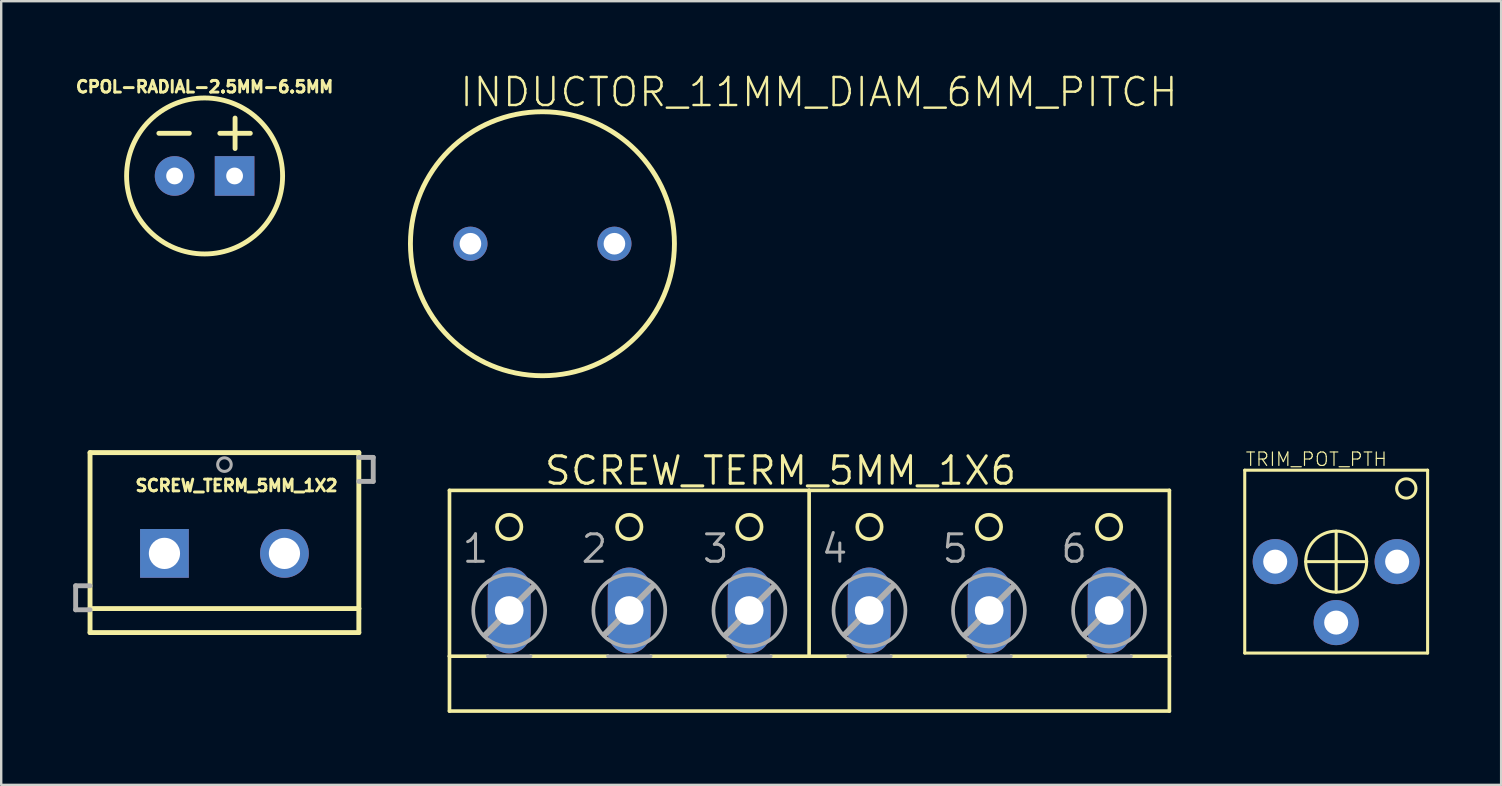
<source format=kicad_pcb>
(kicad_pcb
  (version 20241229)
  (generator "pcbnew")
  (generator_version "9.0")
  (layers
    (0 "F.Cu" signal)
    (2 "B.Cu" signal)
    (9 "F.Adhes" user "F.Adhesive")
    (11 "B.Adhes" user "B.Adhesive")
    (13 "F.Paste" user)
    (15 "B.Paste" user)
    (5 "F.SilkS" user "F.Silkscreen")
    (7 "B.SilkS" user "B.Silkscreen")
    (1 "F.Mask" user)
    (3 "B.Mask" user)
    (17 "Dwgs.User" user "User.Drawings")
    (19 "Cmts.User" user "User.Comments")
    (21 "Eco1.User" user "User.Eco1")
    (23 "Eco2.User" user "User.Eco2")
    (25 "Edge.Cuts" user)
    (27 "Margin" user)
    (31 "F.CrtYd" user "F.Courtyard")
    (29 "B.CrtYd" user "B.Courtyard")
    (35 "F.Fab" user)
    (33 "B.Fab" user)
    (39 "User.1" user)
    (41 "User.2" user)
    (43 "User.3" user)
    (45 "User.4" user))
  (footprint "SCREW_TERM_5MM_1X2"
    (layer "F.Cu")
    (at 3.802 20.009)
    (property "Reference" "SCREW_TERM_5MM_1X2" (at -1.27 -2.54 0) (layer "F.SilkS") (effects (font (size 0.488 0.488) (thickness 0.122)) (justify left bottom)))
    (fp_line (start -3.1 -4.2) (end 8.1 -4.2) (stroke (width 0.203) (type solid)) (layer "F.SilkS"))
    (fp_line (start -3.1 2.3) (end -3.1 -4.2) (stroke (width 0.203) (type solid)) (layer "F.SilkS"))
    (fp_line (start -3.1 3.3) (end -3.1 2.3) (stroke (width 0.203) (type solid)) (layer "F.SilkS"))
    (fp_line (start 8.1 -4.2) (end 8.1 2.3) (stroke (width 0.203) (type solid)) (layer "F.SilkS"))
    (fp_line (start 8.1 2.3) (end -3.1 2.3) (stroke (width 0.203) (type solid)) (layer "F.SilkS"))
    (fp_line (start 8.1 2.3) (end 8.1 3.3) (stroke (width 0.203) (type solid)) (layer "F.SilkS"))
    (fp_line (start 8.1 3.3) (end -3.1 3.3) (stroke (width 0.203) (type solid)) (layer "F.SilkS"))
    (fp_line (start -3.7 1.35) (end -3.7 2.35) (stroke (width 0.203) (type solid)) (layer "F.Fab"))
    (fp_line (start -3.7 2.35) (end -3.1 2.35) (stroke (width 0.203) (type solid)) (layer "F.Fab"))
    (fp_line (start -3.1 1.35) (end -3.7 1.35) (stroke (width 0.203) (type solid)) (layer "F.Fab"))
    (fp_line (start 8.1 -4) (end 8.7 -4) (stroke (width 0.203) (type solid)) (layer "F.Fab"))
    (fp_line (start 8.7 -4) (end 8.7 -3) (stroke (width 0.203) (type solid)) (layer "F.Fab"))
    (fp_line (start 8.7 -3) (end 8.1 -3) (stroke (width 0.203) (type solid)) (layer "F.Fab"))
    (fp_circle (center 2.5 -3.7) (end 2.783 -3.7) (stroke (width 0.127) (type solid)) (fill no) (layer "F.Fab"))
    (pad "1" thru_hole rect (at 0 0) (size 2.032 2.032) (drill 1.3) (layers "*.Cu" "*.Mask"))
    (pad "2" thru_hole circle (at 5 0) (size 2.032 2.032) (drill 1.3) (layers "*.Cu" "*.Mask")))
  (footprint "CPOL-RADIAL-2.5MM-6.5MM"
    (layer "F.Cu")
    (at 5.475 4.282)
    (property "Reference" "CPOL-RADIAL-2.5MM-6.5MM" (at 0 -3.429 0) (layer "F.SilkS") (effects (font (size 0.488 0.488) (thickness 0.122)) (justify bottom)))
    (fp_line (start -0.635 -1.778) (end -1.905 -1.778) (stroke (width 0.203) (type solid)) (layer "F.SilkS"))
    (fp_line (start 1.27 -2.413) (end 1.27 -1.143) (stroke (width 0.203) (type solid)) (layer "F.SilkS"))
    (fp_line (start 1.905 -1.778) (end 0.635 -1.778) (stroke (width 0.203) (type solid)) (layer "F.SilkS"))
    (fp_circle (center 0 0) (end 3.25 0) (stroke (width 0.203) (type solid)) (fill no) (layer "F.SilkS"))
    (pad "1" thru_hole rect (at 1.25 0) (size 1.651 1.651) (drill 0.7) (layers "*.Cu" "*.Mask"))
    (pad "2" thru_hole circle (at -1.25 0) (size 1.651 1.651) (drill 0.7) (layers "*.Cu" "*.Mask")))
  (footprint "SCREW_TERM_5MM_1X6"
    (layer "F.Cu")
    (at 30.668 21.118)
    (property "Reference" "SCREW_TERM_5MM_1X6" (at -11.103 -3.886 0) (layer "F.SilkS") (effects (font (size 1.143 1.143) (thickness 0.127)) (justify left bottom)))
    (fp_line (start -14.989 3.175) (end -14.989 -3.734) (stroke (width 0.152) (type solid)) (layer "F.SilkS"))
    (fp_line (start -14.989 3.175) (end -13.389 3.175) (stroke (width 0.152) (type solid)) (layer "F.SilkS"))
    (fp_line (start -14.989 5.461) (end -14.989 3.175) (stroke (width 0.152) (type solid)) (layer "F.SilkS"))
    (fp_line (start -14.989 5.461) (end 15.008 5.461) (stroke (width 0.152) (type solid)) (layer "F.SilkS"))
    (fp_line (start -11.611 3.175) (end -8.385 3.175) (stroke (width 0.152) (type solid)) (layer "F.SilkS"))
    (fp_line (start -6.607 3.175) (end -3.381 3.175) (stroke (width 0.152) (type solid)) (layer "F.SilkS"))
    (fp_line (start -1.603 3.175) (end -0.003 3.175) (stroke (width 0.152) (type solid)) (layer "F.SilkS"))
    (fp_line (start -0.003 -3.734) (end -14.989 -3.734) (stroke (width 0.152) (type solid)) (layer "F.SilkS"))
    (fp_line (start -0.003 3.175) (end -0.003 -3.734) (stroke (width 0.152) (type solid)) (layer "F.SilkS"))
    (fp_line (start -0.003 3.175) (end 1.622 3.175) (stroke (width 0.152) (type solid)) (layer "F.SilkS"))
    (fp_line (start 3.4 3.175) (end 6.626 3.175) (stroke (width 0.152) (type solid)) (layer "F.SilkS"))
    (fp_line (start 8.404 3.175) (end 11.63 3.175) (stroke (width 0.152) (type solid)) (layer "F.SilkS"))
    (fp_line (start 13.408 3.175) (end 15.008 3.175) (stroke (width 0.152) (type solid)) (layer "F.SilkS"))
    (fp_line (start 15.008 -3.734) (end -0.003 -3.734) (stroke (width 0.152) (type solid)) (layer "F.SilkS"))
    (fp_line (start 15.008 -3.734) (end 15.008 3.175) (stroke (width 0.152) (type solid)) (layer "F.SilkS"))
    (fp_line (start 15.008 3.175) (end 15.008 5.461) (stroke (width 0.152) (type solid)) (layer "F.SilkS"))
    (fp_circle (center -12.5 -2.21) (end -11.992 -2.21) (stroke (width 0.152) (type solid)) (fill no) (layer "F.SilkS"))
    (fp_circle (center -7.496 -2.21) (end -6.988 -2.21) (stroke (width 0.152) (type solid)) (fill no) (layer "F.SilkS"))
    (fp_circle (center -2.492 -2.21) (end -1.984 -2.21) (stroke (width 0.152) (type solid)) (fill no) (layer "F.SilkS"))
    (fp_circle (center 2.511 -2.21) (end 3.019 -2.21) (stroke (width 0.152) (type solid)) (fill no) (layer "F.SilkS"))
    (fp_circle (center 7.49 -2.21) (end 7.998 -2.21) (stroke (width 0.152) (type solid)) (fill no) (layer "F.SilkS"))
    (fp_circle (center 12.494 -2.21) (end 13.002 -2.21) (stroke (width 0.152) (type solid)) (fill no) (layer "F.SilkS"))
    (fp_line (start -13.491 2.286) (end -11.484 0.279) (stroke (width 0.254) (type solid)) (layer "F.Fab"))
    (fp_line (start -13.389 3.175) (end -11.611 3.175) (stroke (width 0.152) (type solid)) (layer "F.Fab"))
    (fp_line (start -8.512 2.261) (end -6.531 0.254) (stroke (width 0.254) (type solid)) (layer "F.Fab"))
    (fp_line (start -8.385 3.175) (end -6.607 3.175) (stroke (width 0.152) (type solid)) (layer "F.Fab"))
    (fp_line (start -3.483 2.286) (end -1.476 0.279) (stroke (width 0.254) (type solid)) (layer "F.Fab"))
    (fp_line (start -3.381 3.175) (end -1.603 3.175) (stroke (width 0.152) (type solid)) (layer "F.Fab"))
    (fp_line (start 1.495 2.261) (end 3.477 0.254) (stroke (width 0.254) (type solid)) (layer "F.Fab"))
    (fp_line (start 1.622 3.175) (end 3.4 3.175) (stroke (width 0.152) (type solid)) (layer "F.Fab"))
    (fp_line (start 6.499 2.286) (end 8.506 0.279) (stroke (width 0.254) (type solid)) (layer "F.Fab"))
    (fp_line (start 6.626 3.175) (end 8.404 3.175) (stroke (width 0.152) (type solid)) (layer "F.Fab"))
    (fp_line (start 11.478 2.261) (end 13.459 0.254) (stroke (width 0.254) (type solid)) (layer "F.Fab"))
    (fp_line (start 11.63 3.175) (end 13.408 3.175) (stroke (width 0.152) (type solid)) (layer "F.Fab"))
    (fp_circle (center -12.5 1.27) (end -11.001 1.27) (stroke (width 0.152) (type solid)) (fill no) (layer "F.Fab"))
    (fp_circle (center -7.496 1.27) (end -5.998 1.27) (stroke (width 0.152) (type solid)) (fill no) (layer "F.Fab"))
    (fp_circle (center -2.492 1.27) (end -0.994 1.27) (stroke (width 0.152) (type solid)) (fill no) (layer "F.Fab"))
    (fp_circle (center 2.511 1.27) (end 4.01 1.27) (stroke (width 0.152) (type solid)) (fill no) (layer "F.Fab"))
    (fp_circle (center 7.49 1.27) (end 8.988 1.27) (stroke (width 0.152) (type solid)) (fill no) (layer "F.Fab"))
    (fp_circle (center 12.494 1.27) (end 13.992 1.27) (stroke (width 0.152) (type solid)) (fill no) (layer "F.Fab"))
    (fp_text user "5" (at 5.458 -0.635 0) (layer "F.Fab") (effects (font (size 1.143 1.143) (thickness 0.127)) (justify left bottom)))
    (fp_text user "3" (at -4.524 -0.635 0) (layer "F.Fab") (effects (font (size 1.143 1.143) (thickness 0.127)) (justify left bottom)))
    (fp_text user "4" (at 0.429 -0.635 0) (layer "F.Fab") (effects (font (size 1.143 1.143) (thickness 0.127)) (justify left bottom)))
    (fp_text user "6" (at 10.411 -0.635 0) (layer "F.Fab") (effects (font (size 1.143 1.143) (thickness 0.127)) (justify left bottom)))
    (fp_text user "2" (at -9.579 -0.635 0) (layer "F.Fab") (effects (font (size 1.143 1.143) (thickness 0.127)) (justify left bottom)))
    (fp_text user "1" (at -14.532 -0.635 0) (layer "F.Fab") (effects (font (size 1.143 1.143) (thickness 0.127)) (justify left bottom)))
    (pad "1" thru_hole oval (at -12.5 1.27 90) (size 3.581 1.791) (drill 1.194) (layers "*.Cu" "*.Mask"))
    (pad "2" thru_hole oval (at -7.5 1.27 90) (size 3.581 1.791) (drill 1.194) (layers "*.Cu" "*.Mask"))
    (pad "3" thru_hole oval (at -2.5 1.27 90) (size 3.581 1.791) (drill 1.194) (layers "*.Cu" "*.Mask"))
    (pad "4" thru_hole oval (at 2.5 1.27 90) (size 3.581 1.791) (drill 1.194) (layers "*.Cu" "*.Mask"))
    (pad "5" thru_hole oval (at 7.5 1.27 90) (size 3.581 1.791) (drill 1.194) (layers "*.Cu" "*.Mask"))
    (pad "6" thru_hole oval (at 12.5 1.27 90) (size 3.581 1.791) (drill 1.194) (layers "*.Cu" "*.Mask")))
  (footprint "INDUCTOR_11MM_DIAM_6MM_PITCH"
    (layer "F.Cu")
    (at 19.552 7.106)
    (property "Reference" "INDUCTOR_11MM_DIAM_6MM_PITCH" (at -3.506 -5.633 0) (layer "F.SilkS") (effects (font (size 1.168 1.168) (thickness 0.102)) (justify left bottom)))
    (fp_circle (center 0 0) (end 5.5 0) (stroke (width 0.203) (type solid)) (fill no) (layer "F.SilkS"))
    (pad "1" thru_hole circle (at -3 0) (size 1.422 1.422) (drill 0.9) (layers "*.Cu" "*.Mask"))
    (pad "2" thru_hole circle (at 3 0) (size 1.422 1.422) (drill 0.9) (layers "*.Cu" "*.Mask")))
  (footprint "TRIM_POT_PTH"
    (layer "F.Cu")
    (at 52.626 20.352)
    (property "Reference" "TRIM_POT_PTH" (at -3.81 -3.937 0) (layer "F.SilkS") (effects (font (size 0.561 0.561) (thickness 0.049)) (justify left bottom)))
    (fp_line (start -3.81 -3.81) (end -3.81 3.81) (stroke (width 0.127) (type solid)) (layer "F.SilkS"))
    (fp_line (start -3.81 3.81) (end 3.81 3.81) (stroke (width 0.127) (type solid)) (layer "F.SilkS"))
    (fp_line (start -1.27 0) (end 0 0) (stroke (width 0.127) (type solid)) (layer "F.SilkS"))
    (fp_line (start 0 -1.27) (end 0 0) (stroke (width 0.127) (type solid)) (layer "F.SilkS"))
    (fp_line (start 0 0) (end 1.27 0) (stroke (width 0.127) (type solid)) (layer "F.SilkS"))
    (fp_line (start 0 1.27) (end 0 0) (stroke (width 0.127) (type solid)) (layer "F.SilkS"))
    (fp_line (start 3.81 -3.81) (end -3.81 -3.81) (stroke (width 0.127) (type solid)) (layer "F.SilkS"))
    (fp_line (start 3.81 3.81) (end 3.81 -3.81) (stroke (width 0.127) (type solid)) (layer "F.SilkS"))
    (fp_circle (center 0 0) (end 1.27 0) (stroke (width 0.127) (type solid)) (fill no) (layer "F.SilkS"))
    (fp_circle (center 2.921 -3.048) (end 3.323 -3.048) (stroke (width 0.127) (type solid)) (fill no) (layer "F.SilkS"))
    (pad "1" thru_hole circle (at -2.54 0 180) (size 1.88 1.88) (drill 1) (layers "*.Cu" "*.Mask"))
    (pad "2" thru_hole circle (at 0 2.54 180) (size 1.88 1.88) (drill 1) (layers "*.Cu" "*.Mask"))
    (pad "3" thru_hole circle (at 2.54 0 180) (size 1.88 1.88) (drill 1) (layers "*.Cu" "*.Mask")))
  (gr_rect
    (start -3 -3)
    (end 59.5 29.655)
    (stroke (width 0.1) (type default))
    (fill no)
    (layer "Edge.Cuts")))
</source>
